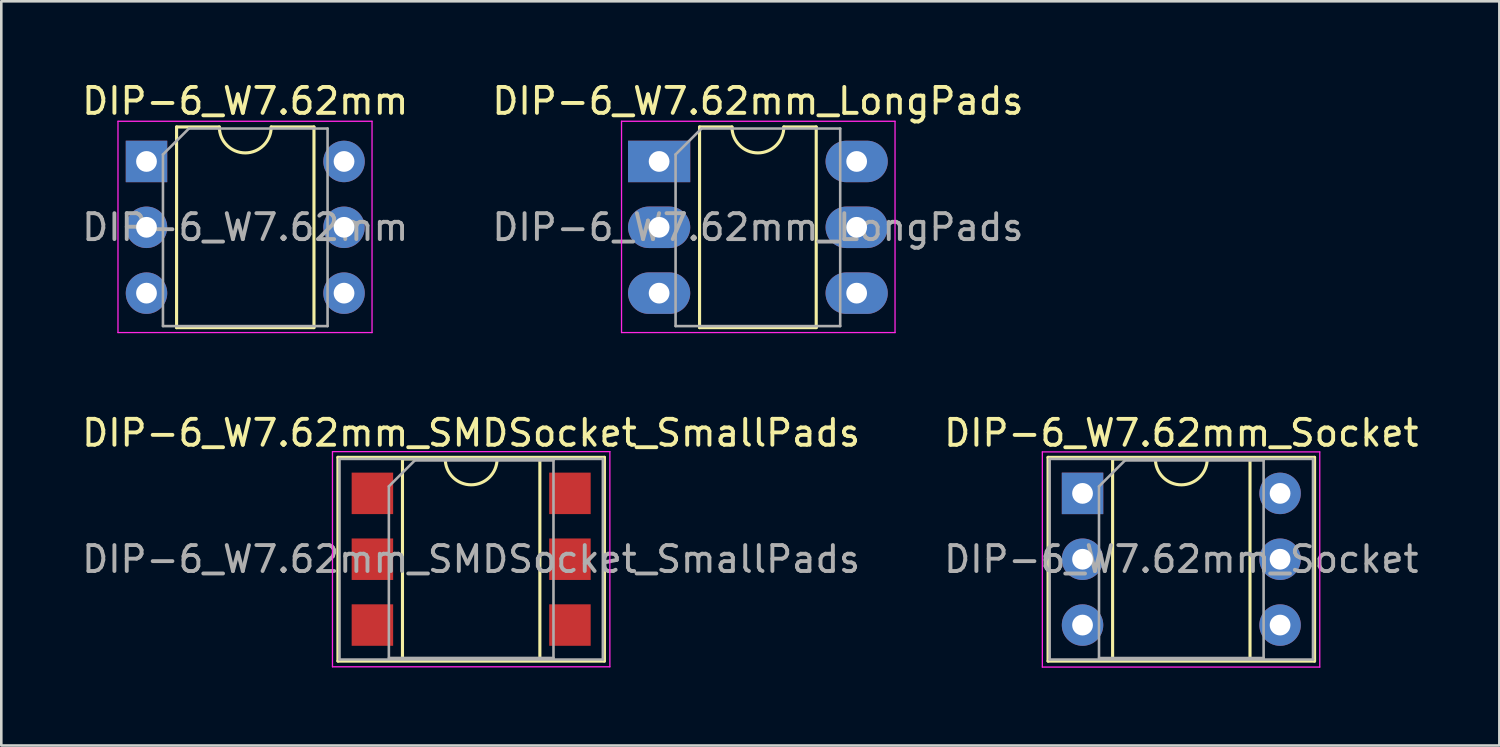
<source format=kicad_pcb>
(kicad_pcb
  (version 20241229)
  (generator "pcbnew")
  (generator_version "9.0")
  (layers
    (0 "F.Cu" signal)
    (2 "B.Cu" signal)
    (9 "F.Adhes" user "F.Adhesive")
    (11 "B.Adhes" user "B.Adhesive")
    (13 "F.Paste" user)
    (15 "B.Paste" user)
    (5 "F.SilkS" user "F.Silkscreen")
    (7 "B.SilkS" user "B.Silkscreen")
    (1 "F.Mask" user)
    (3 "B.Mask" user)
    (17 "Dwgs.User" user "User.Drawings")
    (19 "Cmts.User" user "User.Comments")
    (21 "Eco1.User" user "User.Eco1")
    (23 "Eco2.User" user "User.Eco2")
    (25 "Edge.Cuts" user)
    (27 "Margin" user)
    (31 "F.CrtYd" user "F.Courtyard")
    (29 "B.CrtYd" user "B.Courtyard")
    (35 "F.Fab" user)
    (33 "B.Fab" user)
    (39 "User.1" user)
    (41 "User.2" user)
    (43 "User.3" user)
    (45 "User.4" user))
  (footprint "DIP-6_W7.62mm_SMDSocket_SmallPads"
    (layer "F.Cu")
    (at 15.125 18.521)
    (property "Reference" "DIP-6_W7.62mm_SMDSocket_SmallPads" (at 0 -4.87 0) (layer "F.SilkS") (effects (font (size 1 1) (thickness 0.15))))
    (attr smd)
    (fp_line (start -5.14 -3.93) (end -5.14 3.93) (stroke (width 0.12) (type solid)) (layer "F.SilkS"))
    (fp_line (start -5.14 3.93) (end 5.14 3.93) (stroke (width 0.12) (type solid)) (layer "F.SilkS"))
    (fp_line (start -2.65 -3.87) (end -2.65 3.87) (stroke (width 0.12) (type solid)) (layer "F.SilkS"))
    (fp_line (start -2.65 3.87) (end 2.65 3.87) (stroke (width 0.12) (type solid)) (layer "F.SilkS"))
    (fp_line (start -1 -3.87) (end -2.65 -3.87) (stroke (width 0.12) (type solid)) (layer "F.SilkS"))
    (fp_line (start 2.65 -3.87) (end 1 -3.87) (stroke (width 0.12) (type solid)) (layer "F.SilkS"))
    (fp_line (start 2.65 3.87) (end 2.65 -3.87) (stroke (width 0.12) (type solid)) (layer "F.SilkS"))
    (fp_line (start 5.14 -3.93) (end -5.14 -3.93) (stroke (width 0.12) (type solid)) (layer "F.SilkS"))
    (fp_line (start 5.14 3.93) (end 5.14 -3.93) (stroke (width 0.12) (type solid)) (layer "F.SilkS"))
    (fp_arc (start 1 -3.87) (mid 0 -2.87) (end -1 -3.87) (stroke (width 0.12) (type solid)) (layer "F.SilkS"))
    (fp_line (start -5.35 -4.15) (end -5.35 4.15) (stroke (width 0.05) (type solid)) (layer "F.CrtYd"))
    (fp_line (start -5.35 4.15) (end 5.35 4.15) (stroke (width 0.05) (type solid)) (layer "F.CrtYd"))
    (fp_line (start 5.35 -4.15) (end -5.35 -4.15) (stroke (width 0.05) (type solid)) (layer "F.CrtYd"))
    (fp_line (start 5.35 4.15) (end 5.35 -4.15) (stroke (width 0.05) (type solid)) (layer "F.CrtYd"))
    (fp_line (start -5.08 -3.87) (end -5.08 3.87) (stroke (width 0.1) (type solid)) (layer "F.Fab"))
    (fp_line (start -5.08 3.87) (end 5.08 3.87) (stroke (width 0.1) (type solid)) (layer "F.Fab"))
    (fp_line (start -3.175 -2.81) (end -2.175 -3.81) (stroke (width 0.1) (type solid)) (layer "F.Fab"))
    (fp_line (start -3.175 3.81) (end -3.175 -2.81) (stroke (width 0.1) (type solid)) (layer "F.Fab"))
    (fp_line (start -2.175 -3.81) (end 3.175 -3.81) (stroke (width 0.1) (type solid)) (layer "F.Fab"))
    (fp_line (start 3.175 -3.81) (end 3.175 3.81) (stroke (width 0.1) (type solid)) (layer "F.Fab"))
    (fp_line (start 3.175 3.81) (end -3.175 3.81) (stroke (width 0.1) (type solid)) (layer "F.Fab"))
    (fp_line (start 5.08 -3.87) (end -5.08 -3.87) (stroke (width 0.1) (type solid)) (layer "F.Fab"))
    (fp_line (start 5.08 3.87) (end 5.08 -3.87) (stroke (width 0.1) (type solid)) (layer "F.Fab"))
    (fp_text user "${REFERENCE}" (at 0 0 0) (layer "F.Fab") (effects (font (size 1 1) (thickness 0.15))))
    (pad "1" smd rect (at -3.81 -2.54) (size 1.6 1.6) (layers "F.Cu" "F.Mask" "F.Paste"))
    (pad "2" smd rect (at -3.81 0) (size 1.6 1.6) (layers "F.Cu" "F.Mask" "F.Paste"))
    (pad "3" smd rect (at -3.81 2.54) (size 1.6 1.6) (layers "F.Cu" "F.Mask" "F.Paste"))
    (pad "4" smd rect (at 3.81 2.54) (size 1.6 1.6) (layers "F.Cu" "F.Mask" "F.Paste"))
    (pad "5" smd rect (at 3.81 0) (size 1.6 1.6) (layers "F.Cu" "F.Mask" "F.Paste"))
    (pad "6" smd rect (at 3.81 -2.54) (size 1.6 1.6) (layers "F.Cu" "F.Mask" "F.Paste")))
  (footprint "DIP-6_W7.62mm_Socket"
    (layer "F.Cu")
    (at 38.708 15.982)
    (property "Reference" "DIP-6_W7.62mm_Socket" (at 3.81 -2.33 0) (layer "F.SilkS") (effects (font (size 1 1) (thickness 0.15))))
    (attr through_hole)
    (fp_line (start -1.33 -1.39) (end -1.33 6.47) (stroke (width 0.12) (type solid)) (layer "F.SilkS"))
    (fp_line (start -1.33 6.47) (end 8.95 6.47) (stroke (width 0.12) (type solid)) (layer "F.SilkS"))
    (fp_line (start 1.16 -1.33) (end 1.16 6.41) (stroke (width 0.12) (type solid)) (layer "F.SilkS"))
    (fp_line (start 1.16 6.41) (end 6.46 6.41) (stroke (width 0.12) (type solid)) (layer "F.SilkS"))
    (fp_line (start 2.81 -1.33) (end 1.16 -1.33) (stroke (width 0.12) (type solid)) (layer "F.SilkS"))
    (fp_line (start 6.46 -1.33) (end 4.81 -1.33) (stroke (width 0.12) (type solid)) (layer "F.SilkS"))
    (fp_line (start 6.46 6.41) (end 6.46 -1.33) (stroke (width 0.12) (type solid)) (layer "F.SilkS"))
    (fp_line (start 8.95 -1.39) (end -1.33 -1.39) (stroke (width 0.12) (type solid)) (layer "F.SilkS"))
    (fp_line (start 8.95 6.47) (end 8.95 -1.39) (stroke (width 0.12) (type solid)) (layer "F.SilkS"))
    (fp_arc (start 4.81 -1.33) (mid 3.81 -0.33) (end 2.81 -1.33) (stroke (width 0.12) (type solid)) (layer "F.SilkS"))
    (fp_line (start -1.55 -1.6) (end -1.55 6.7) (stroke (width 0.05) (type solid)) (layer "F.CrtYd"))
    (fp_line (start -1.55 6.7) (end 9.15 6.7) (stroke (width 0.05) (type solid)) (layer "F.CrtYd"))
    (fp_line (start 9.15 -1.6) (end -1.55 -1.6) (stroke (width 0.05) (type solid)) (layer "F.CrtYd"))
    (fp_line (start 9.15 6.7) (end 9.15 -1.6) (stroke (width 0.05) (type solid)) (layer "F.CrtYd"))
    (fp_line (start -1.27 -1.33) (end -1.27 6.41) (stroke (width 0.1) (type solid)) (layer "F.Fab"))
    (fp_line (start -1.27 6.41) (end 8.89 6.41) (stroke (width 0.1) (type solid)) (layer "F.Fab"))
    (fp_line (start 0.635 -0.27) (end 1.635 -1.27) (stroke (width 0.1) (type solid)) (layer "F.Fab"))
    (fp_line (start 0.635 6.35) (end 0.635 -0.27) (stroke (width 0.1) (type solid)) (layer "F.Fab"))
    (fp_line (start 1.635 -1.27) (end 6.985 -1.27) (stroke (width 0.1) (type solid)) (layer "F.Fab"))
    (fp_line (start 6.985 -1.27) (end 6.985 6.35) (stroke (width 0.1) (type solid)) (layer "F.Fab"))
    (fp_line (start 6.985 6.35) (end 0.635 6.35) (stroke (width 0.1) (type solid)) (layer "F.Fab"))
    (fp_line (start 8.89 -1.33) (end -1.27 -1.33) (stroke (width 0.1) (type solid)) (layer "F.Fab"))
    (fp_line (start 8.89 6.41) (end 8.89 -1.33) (stroke (width 0.1) (type solid)) (layer "F.Fab"))
    (fp_text user "${REFERENCE}" (at 3.81 2.54 0) (layer "F.Fab") (effects (font (size 1 1) (thickness 0.15))))
    (pad "1" thru_hole rect (at 0 0) (size 1.6 1.6) (drill 0.8) (layers "*.Cu" "*.Mask"))
    (pad "2" thru_hole oval (at 0 2.54) (size 1.6 1.6) (drill 0.8) (layers "*.Cu" "*.Mask"))
    (pad "3" thru_hole oval (at 0 5.08) (size 1.6 1.6) (drill 0.8) (layers "*.Cu" "*.Mask"))
    (pad "4" thru_hole oval (at 7.62 5.08) (size 1.6 1.6) (drill 0.8) (layers "*.Cu" "*.Mask"))
    (pad "5" thru_hole oval (at 7.62 2.54) (size 1.6 1.6) (drill 0.8) (layers "*.Cu" "*.Mask"))
    (pad "6" thru_hole oval (at 7.62 0) (size 1.6 1.6) (drill 0.8) (layers "*.Cu" "*.Mask")))
  (footprint "DIP-6_W7.62mm_LongPads"
    (layer "F.Cu")
    (at 22.375 3.178)
    (property "Reference" "DIP-6_W7.62mm_LongPads" (at 3.81 -2.33 0) (layer "F.SilkS") (effects (font (size 1 1) (thickness 0.15))))
    (attr through_hole)
    (fp_line (start 1.56 -1.33) (end 1.56 6.41) (stroke (width 0.12) (type solid)) (layer "F.SilkS"))
    (fp_line (start 1.56 6.41) (end 6.06 6.41) (stroke (width 0.12) (type solid)) (layer "F.SilkS"))
    (fp_line (start 2.81 -1.33) (end 1.56 -1.33) (stroke (width 0.12) (type solid)) (layer "F.SilkS"))
    (fp_line (start 6.06 -1.33) (end 4.81 -1.33) (stroke (width 0.12) (type solid)) (layer "F.SilkS"))
    (fp_line (start 6.06 6.41) (end 6.06 -1.33) (stroke (width 0.12) (type solid)) (layer "F.SilkS"))
    (fp_arc (start 4.81 -1.33) (mid 3.81 -0.33) (end 2.81 -1.33) (stroke (width 0.12) (type solid)) (layer "F.SilkS"))
    (fp_line (start -1.45 -1.55) (end -1.45 6.6) (stroke (width 0.05) (type solid)) (layer "F.CrtYd"))
    (fp_line (start -1.45 6.6) (end 9.1 6.6) (stroke (width 0.05) (type solid)) (layer "F.CrtYd"))
    (fp_line (start 9.1 -1.55) (end -1.45 -1.55) (stroke (width 0.05) (type solid)) (layer "F.CrtYd"))
    (fp_line (start 9.1 6.6) (end 9.1 -1.55) (stroke (width 0.05) (type solid)) (layer "F.CrtYd"))
    (fp_line (start 0.635 -0.27) (end 1.635 -1.27) (stroke (width 0.1) (type solid)) (layer "F.Fab"))
    (fp_line (start 0.635 6.35) (end 0.635 -0.27) (stroke (width 0.1) (type solid)) (layer "F.Fab"))
    (fp_line (start 1.635 -1.27) (end 6.985 -1.27) (stroke (width 0.1) (type solid)) (layer "F.Fab"))
    (fp_line (start 6.985 -1.27) (end 6.985 6.35) (stroke (width 0.1) (type solid)) (layer "F.Fab"))
    (fp_line (start 6.985 6.35) (end 0.635 6.35) (stroke (width 0.1) (type solid)) (layer "F.Fab"))
    (fp_text user "${REFERENCE}" (at 3.81 2.54 0) (layer "F.Fab") (effects (font (size 1 1) (thickness 0.15))))
    (pad "1" thru_hole rect (at 0 0) (size 2.4 1.6) (drill 0.8) (layers "*.Cu" "*.Mask"))
    (pad "2" thru_hole oval (at 0 2.54) (size 2.4 1.6) (drill 0.8) (layers "*.Cu" "*.Mask"))
    (pad "3" thru_hole oval (at 0 5.08) (size 2.4 1.6) (drill 0.8) (layers "*.Cu" "*.Mask"))
    (pad "4" thru_hole oval (at 7.62 5.08) (size 2.4 1.6) (drill 0.8) (layers "*.Cu" "*.Mask"))
    (pad "5" thru_hole oval (at 7.62 2.54) (size 2.4 1.6) (drill 0.8) (layers "*.Cu" "*.Mask"))
    (pad "6" thru_hole oval (at 7.62 0) (size 2.4 1.6) (drill 0.8) (layers "*.Cu" "*.Mask")))
  (footprint "DIP-6_W7.62mm"
    (layer "F.Cu")
    (at 2.601 3.178)
    (property "Reference" "DIP-6_W7.62mm" (at 3.81 -2.33 0) (layer "F.SilkS") (effects (font (size 1 1) (thickness 0.15))))
    (attr through_hole)
    (fp_line (start 1.16 -1.33) (end 1.16 6.41) (stroke (width 0.12) (type solid)) (layer "F.SilkS"))
    (fp_line (start 1.16 6.41) (end 6.46 6.41) (stroke (width 0.12) (type solid)) (layer "F.SilkS"))
    (fp_line (start 2.81 -1.33) (end 1.16 -1.33) (stroke (width 0.12) (type solid)) (layer "F.SilkS"))
    (fp_line (start 6.46 -1.33) (end 4.81 -1.33) (stroke (width 0.12) (type solid)) (layer "F.SilkS"))
    (fp_line (start 6.46 6.41) (end 6.46 -1.33) (stroke (width 0.12) (type solid)) (layer "F.SilkS"))
    (fp_arc (start 4.81 -1.33) (mid 3.81 -0.33) (end 2.81 -1.33) (stroke (width 0.12) (type solid)) (layer "F.SilkS"))
    (fp_line (start -1.1 -1.55) (end -1.1 6.6) (stroke (width 0.05) (type solid)) (layer "F.CrtYd"))
    (fp_line (start -1.1 6.6) (end 8.7 6.6) (stroke (width 0.05) (type solid)) (layer "F.CrtYd"))
    (fp_line (start 8.7 -1.55) (end -1.1 -1.55) (stroke (width 0.05) (type solid)) (layer "F.CrtYd"))
    (fp_line (start 8.7 6.6) (end 8.7 -1.55) (stroke (width 0.05) (type solid)) (layer "F.CrtYd"))
    (fp_line (start 0.635 -0.27) (end 1.635 -1.27) (stroke (width 0.1) (type solid)) (layer "F.Fab"))
    (fp_line (start 0.635 6.35) (end 0.635 -0.27) (stroke (width 0.1) (type solid)) (layer "F.Fab"))
    (fp_line (start 1.635 -1.27) (end 6.985 -1.27) (stroke (width 0.1) (type solid)) (layer "F.Fab"))
    (fp_line (start 6.985 -1.27) (end 6.985 6.35) (stroke (width 0.1) (type solid)) (layer "F.Fab"))
    (fp_line (start 6.985 6.35) (end 0.635 6.35) (stroke (width 0.1) (type solid)) (layer "F.Fab"))
    (fp_text user "${REFERENCE}" (at 3.81 2.54 0) (layer "F.Fab") (effects (font (size 1 1) (thickness 0.15))))
    (pad "1" thru_hole rect (at 0 0) (size 1.6 1.6) (drill 0.8) (layers "*.Cu" "*.Mask"))
    (pad "2" thru_hole oval (at 0 2.54) (size 1.6 1.6) (drill 0.8) (layers "*.Cu" "*.Mask"))
    (pad "3" thru_hole oval (at 0 5.08) (size 1.6 1.6) (drill 0.8) (layers "*.Cu" "*.Mask"))
    (pad "4" thru_hole oval (at 7.62 5.08) (size 1.6 1.6) (drill 0.8) (layers "*.Cu" "*.Mask"))
    (pad "5" thru_hole oval (at 7.62 2.54) (size 1.6 1.6) (drill 0.8) (layers "*.Cu" "*.Mask"))
    (pad "6" thru_hole oval (at 7.62 0) (size 1.6 1.6) (drill 0.8) (layers "*.Cu" "*.Mask")))
  (gr_rect
    (start -3 -3)
    (end 54.786 25.706)
    (stroke (width 0.1) (type default))
    (fill no)
    (layer "Edge.Cuts")))
</source>
